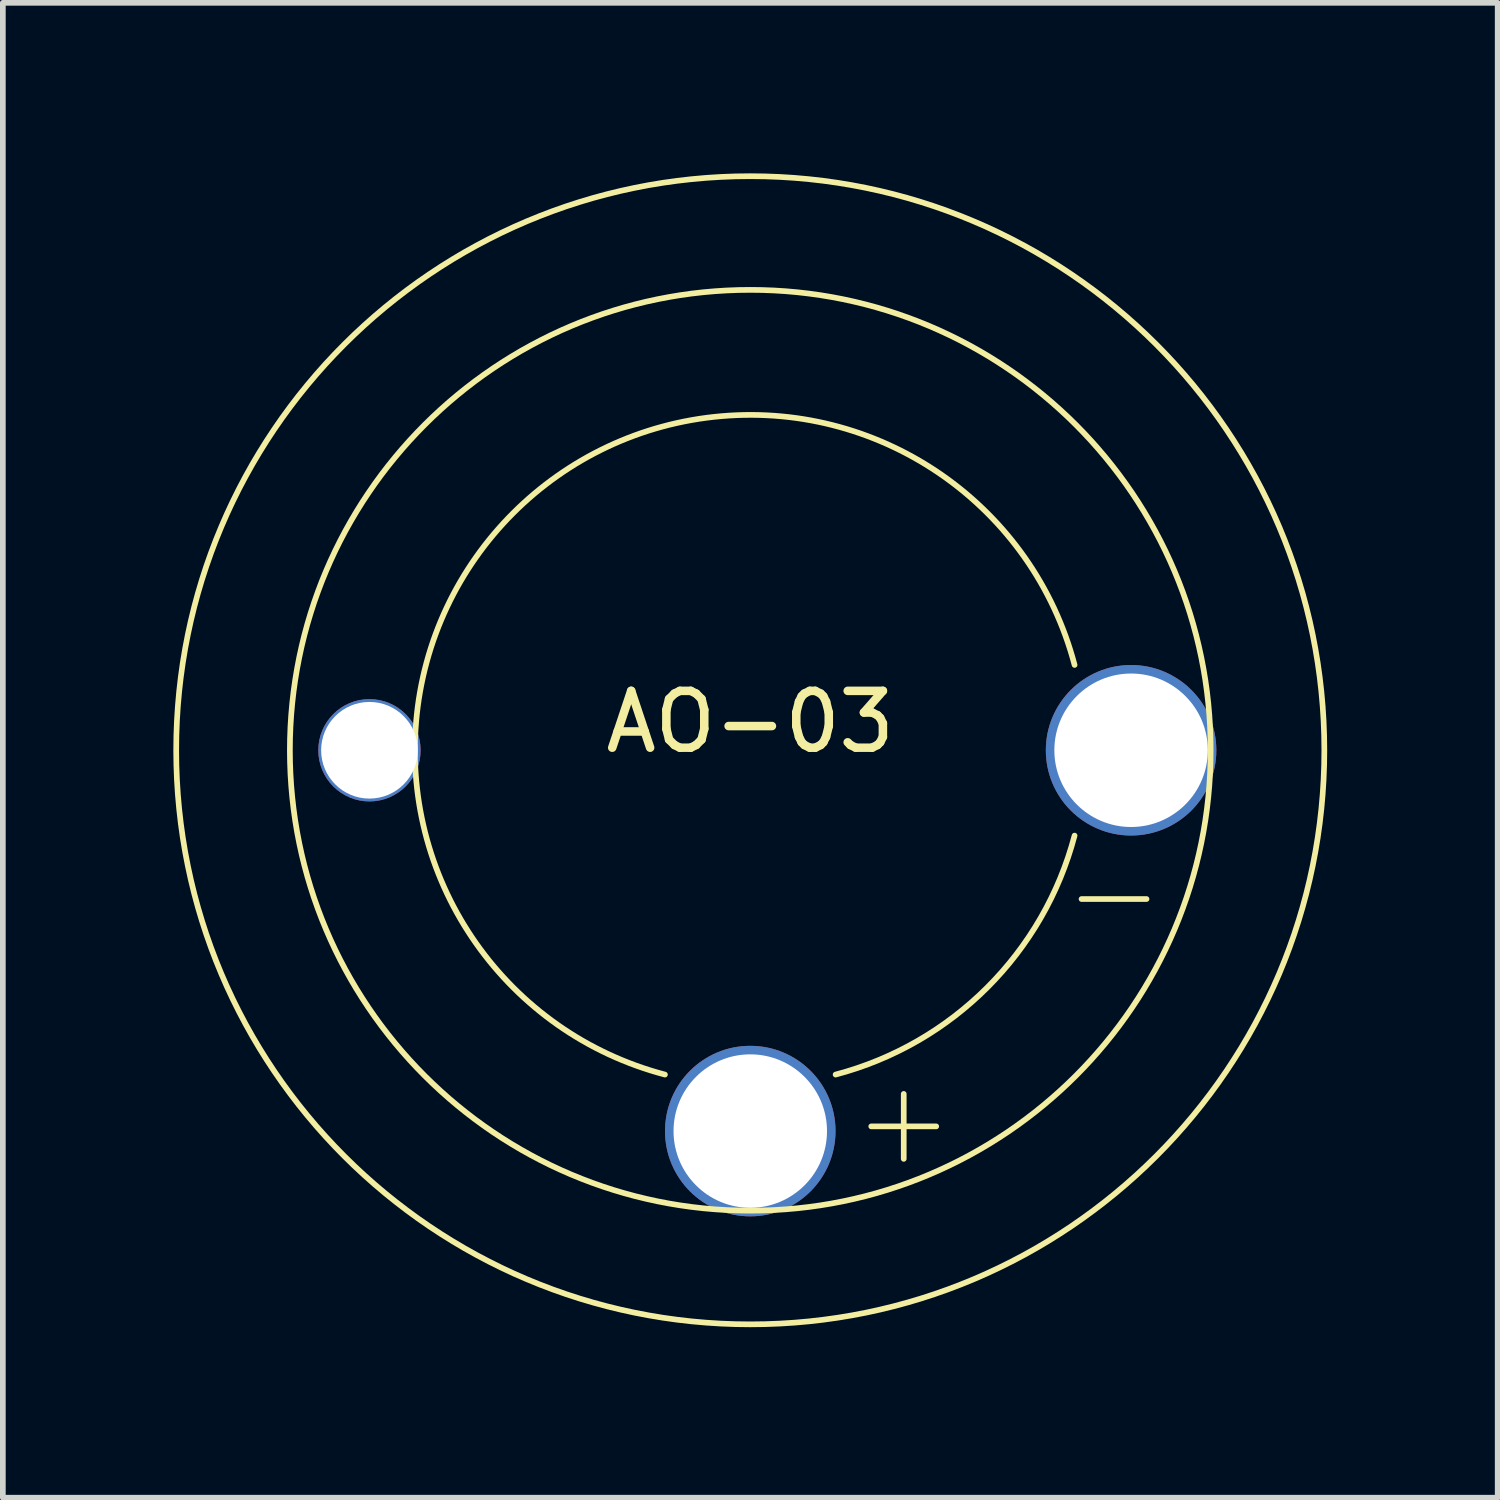
<source format=kicad_pcb>
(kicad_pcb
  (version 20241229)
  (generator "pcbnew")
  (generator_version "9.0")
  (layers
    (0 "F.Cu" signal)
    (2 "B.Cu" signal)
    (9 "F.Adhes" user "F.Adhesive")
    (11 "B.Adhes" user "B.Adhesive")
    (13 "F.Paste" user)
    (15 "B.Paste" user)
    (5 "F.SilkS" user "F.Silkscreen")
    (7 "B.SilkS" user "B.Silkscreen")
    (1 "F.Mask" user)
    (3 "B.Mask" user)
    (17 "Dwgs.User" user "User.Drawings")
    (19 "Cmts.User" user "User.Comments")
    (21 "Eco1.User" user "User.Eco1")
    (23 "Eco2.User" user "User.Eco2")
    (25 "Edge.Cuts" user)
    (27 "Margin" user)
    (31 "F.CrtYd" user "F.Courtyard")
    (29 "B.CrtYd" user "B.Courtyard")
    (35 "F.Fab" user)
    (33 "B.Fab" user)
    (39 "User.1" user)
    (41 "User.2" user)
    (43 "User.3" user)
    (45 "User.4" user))
  (footprint "AO-03"
    (layer "F.Cu")
    (at 10.15 10.15)
    (property "Reference" "AO-03" (at 0 -0.5 0) (unlocked yes) (layer "F.SilkS") (effects (font (size 1 1) (thickness 0.15))))
    (attr through_hole)
    (fp_arc (start -1.50151 5.70574) (mid -4.17193 -4.17193) (end 5.70574 -1.50151) (stroke (width 0.1) (type solid)) (layer "F.SilkS"))
    (fp_arc (start 5.70574 1.50151) (mid 4.17193 4.17193) (end 1.50151 5.70574) (stroke (width 0.1) (type solid)) (layer "F.SilkS"))
    (fp_circle (center 0 0) (end 8.1 0) (stroke (width 0.1) (type solid)) (fill no) (layer "F.SilkS"))
    (fp_circle (center 0 0) (end 10.1 0) (stroke (width 0.1) (type solid)) (fill no) (layer "F.SilkS"))
    (fp_text user "+" (at 2.7 6.5 0) (unlocked yes) (layer "F.SilkS") (effects (font (size 1.5 1.5) (thickness 0.1))))
    (fp_text user "-" (at 6.4 2.5 0) (unlocked yes) (layer "F.SilkS") (effects (font (size 1.5 1.5) (thickness 0.1))))
    (pad "" np_thru_hole circle (at -6.7 0) (size 1.8 1.8) (drill 1.7) (layers "*.Cu" "*.Mask"))
    (pad "1" thru_hole circle (at 0 6.7) (size 3 3) (drill 2.7) (layers "*.Cu" "*.Mask"))
    (pad "2" thru_hole circle (at 6.7 0) (size 3 3) (drill 2.7) (layers "*.Cu" "*.Mask")))
  (gr_rect
    (start -3 -3)
    (end 23.3 23.3)
    (stroke (width 0.1) (type default))
    (fill no)
    (layer "Edge.Cuts")))
</source>
